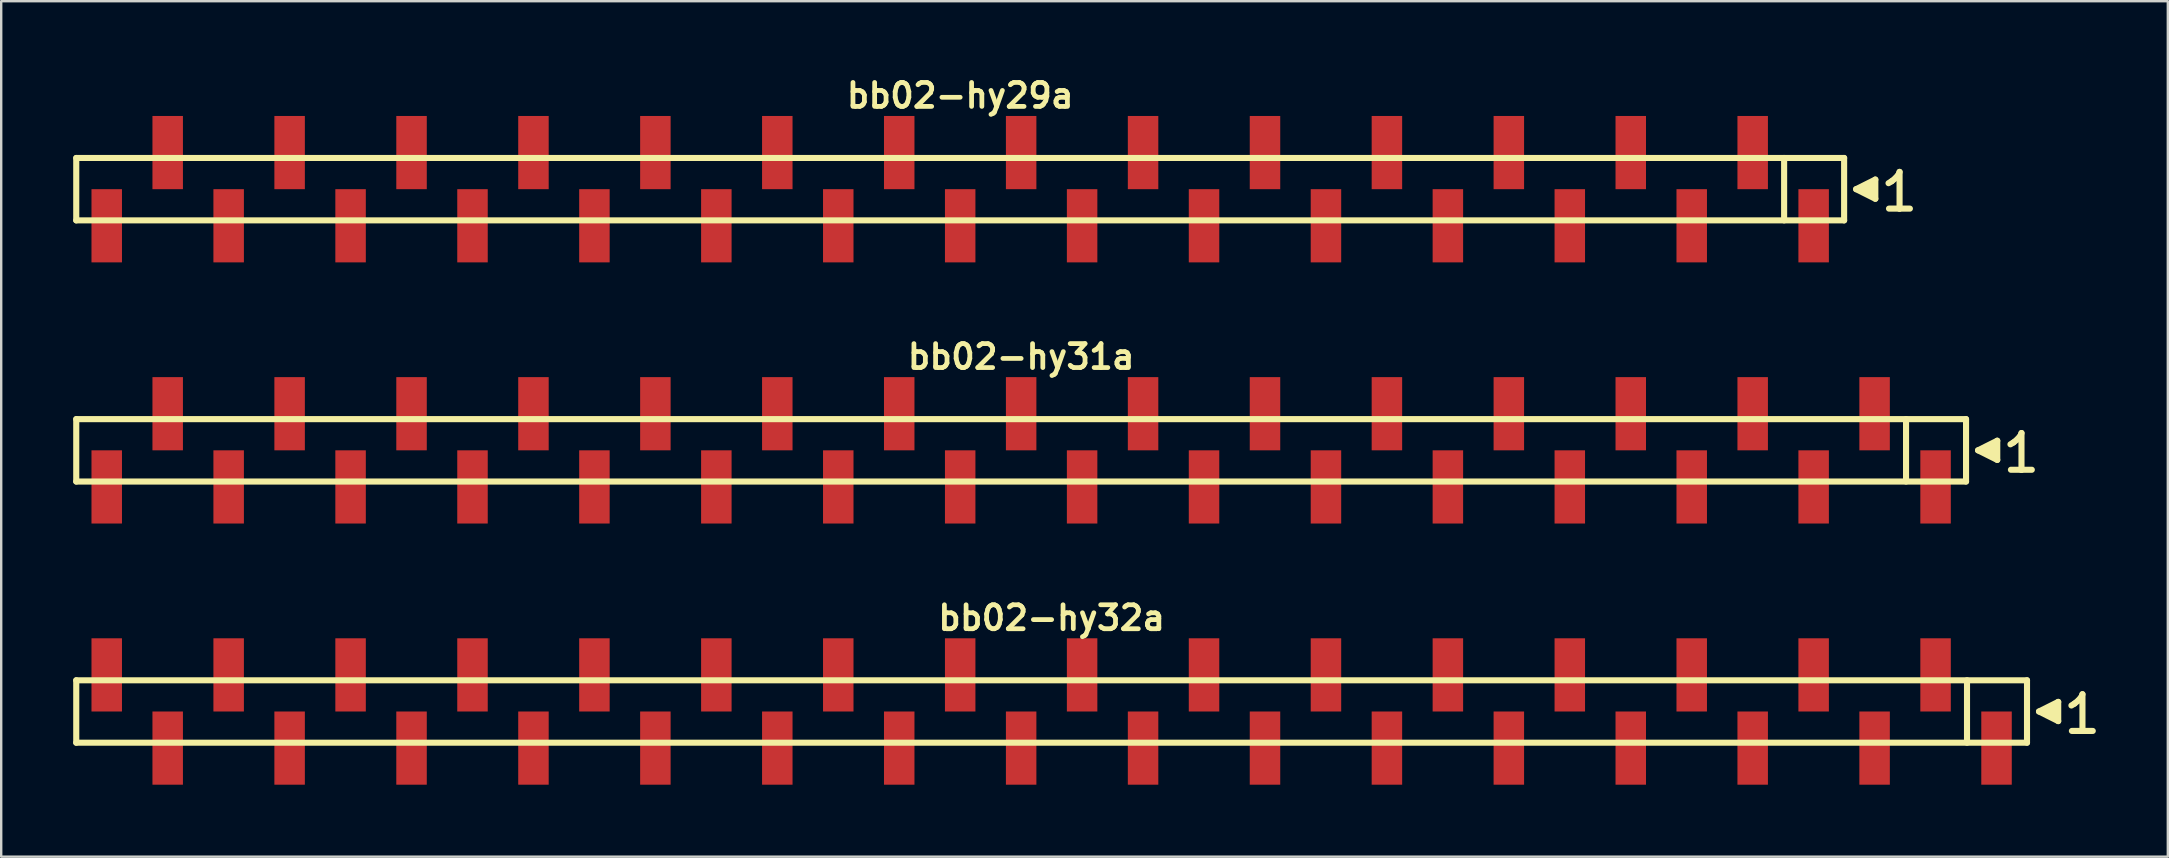
<source format=kicad_pcb>
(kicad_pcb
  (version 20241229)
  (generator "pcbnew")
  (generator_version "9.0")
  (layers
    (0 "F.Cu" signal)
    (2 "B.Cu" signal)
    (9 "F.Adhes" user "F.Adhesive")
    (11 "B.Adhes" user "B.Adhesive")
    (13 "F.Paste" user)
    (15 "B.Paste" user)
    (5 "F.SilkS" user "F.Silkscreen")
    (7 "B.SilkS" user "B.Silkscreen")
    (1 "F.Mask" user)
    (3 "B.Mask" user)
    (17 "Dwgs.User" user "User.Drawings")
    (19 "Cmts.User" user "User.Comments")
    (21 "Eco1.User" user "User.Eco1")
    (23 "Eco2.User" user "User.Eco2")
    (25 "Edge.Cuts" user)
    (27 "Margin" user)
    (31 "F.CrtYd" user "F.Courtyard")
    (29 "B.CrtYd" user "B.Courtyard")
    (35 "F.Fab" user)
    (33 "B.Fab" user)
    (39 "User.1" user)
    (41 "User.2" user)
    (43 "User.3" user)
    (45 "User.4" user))
  (footprint "bb02-hy32a"
    (layer "F.Cu")
    (at 40.767 26.595)
    (property "Reference" "bb02-hy32a" (at 0 -3.9 0) (layer "F.SilkS") (effects (font (size 0.998 0.998) (thickness 0.198))))
    (attr smd)
    (fp_line (start -40.64 -1.3) (end 40.64 -1.3) (stroke (width 0.254) (type solid)) (layer "F.SilkS"))
    (fp_line (start -40.64 1.3) (end -40.64 -1.3) (stroke (width 0.254) (type solid)) (layer "F.SilkS"))
    (fp_line (start 38.14 1.3) (end 38.14 -1.3) (stroke (width 0.254) (type solid)) (layer "F.SilkS"))
    (fp_line (start 40.64 -1.3) (end 40.64 1.3) (stroke (width 0.254) (type solid)) (layer "F.SilkS"))
    (fp_line (start 40.64 1.3) (end -40.64 1.3) (stroke (width 0.254) (type solid)) (layer "F.SilkS"))
    (fp_line (start 41.14 0) (end 41.94 0.4) (stroke (width 0.254) (type solid)) (layer "F.SilkS"))
    (fp_line (start 41.44 0.1) (end 41.44 -0.1) (stroke (width 0.254) (type solid)) (layer "F.SilkS"))
    (fp_line (start 41.54 -0.1) (end 41.54 0.1) (stroke (width 0.254) (type solid)) (layer "F.SilkS"))
    (fp_line (start 41.64 0.2) (end 41.64 -0.2) (stroke (width 0.254) (type solid)) (layer "F.SilkS"))
    (fp_line (start 41.74 -0.2) (end 41.74 0.2) (stroke (width 0.254) (type solid)) (layer "F.SilkS"))
    (fp_line (start 41.84 0.3) (end 41.84 -0.3) (stroke (width 0.254) (type solid)) (layer "F.SilkS"))
    (fp_line (start 41.94 -0.4) (end 41.14 0) (stroke (width 0.254) (type solid)) (layer "F.SilkS"))
    (fp_line (start 41.94 0.4) (end 41.94 -0.4) (stroke (width 0.254) (type solid)) (layer "F.SilkS"))
    (fp_line (start 42.49 -0.25) (end 42.62 -0.33) (stroke (width 0.254) (type solid)) (layer "F.SilkS"))
    (fp_line (start 42.62 -0.33) (end 42.78 -0.46) (stroke (width 0.254) (type solid)) (layer "F.SilkS"))
    (fp_line (start 42.78 -0.46) (end 42.92 -0.63) (stroke (width 0.254) (type solid)) (layer "F.SilkS"))
    (fp_line (start 42.92 -0.63) (end 42.95 -0.72) (stroke (width 0.254) (type solid)) (layer "F.SilkS"))
    (fp_line (start 42.95 -0.72) (end 42.95 0.81) (stroke (width 0.254) (type solid)) (layer "F.SilkS"))
    (fp_line (start 42.95 0.81) (end 42.51 0.81) (stroke (width 0.254) (type solid)) (layer "F.SilkS"))
    (fp_line (start 43.38 0.81) (end 42.94 0.81) (stroke (width 0.254) (type solid)) (layer "F.SilkS"))
    (pad "1" smd rect (at 39.37 1.525) (size 1.27 3.05) (layers "F.Cu" "F.Mask" "F.Paste"))
    (pad "2" smd rect (at 36.83 -1.525) (size 1.27 3.05) (layers "F.Cu" "F.Mask" "F.Paste"))
    (pad "3" smd rect (at 34.29 1.525) (size 1.27 3.05) (layers "F.Cu" "F.Mask" "F.Paste"))
    (pad "4" smd rect (at 31.75 -1.525) (size 1.27 3.05) (layers "F.Cu" "F.Mask" "F.Paste"))
    (pad "5" smd rect (at 29.21 1.525) (size 1.27 3.05) (layers "F.Cu" "F.Mask" "F.Paste"))
    (pad "6" smd rect (at 26.67 -1.525) (size 1.27 3.05) (layers "F.Cu" "F.Mask" "F.Paste"))
    (pad "7" smd rect (at 24.13 1.525) (size 1.27 3.05) (layers "F.Cu" "F.Mask" "F.Paste"))
    (pad "8" smd rect (at 21.59 -1.525) (size 1.27 3.05) (layers "F.Cu" "F.Mask" "F.Paste"))
    (pad "9" smd rect (at 19.05 1.525) (size 1.27 3.05) (layers "F.Cu" "F.Mask" "F.Paste"))
    (pad "10" smd rect (at 16.51 -1.525) (size 1.27 3.05) (layers "F.Cu" "F.Mask" "F.Paste"))
    (pad "11" smd rect (at 13.97 1.525) (size 1.27 3.05) (layers "F.Cu" "F.Mask" "F.Paste"))
    (pad "12" smd rect (at 11.43 -1.525) (size 1.27 3.05) (layers "F.Cu" "F.Mask" "F.Paste"))
    (pad "13" smd rect (at 8.89 1.525) (size 1.27 3.05) (layers "F.Cu" "F.Mask" "F.Paste"))
    (pad "14" smd rect (at 6.35 -1.525) (size 1.27 3.05) (layers "F.Cu" "F.Mask" "F.Paste"))
    (pad "15" smd rect (at 3.81 1.525) (size 1.27 3.05) (layers "F.Cu" "F.Mask" "F.Paste"))
    (pad "16" smd rect (at 1.27 -1.525) (size 1.27 3.05) (layers "F.Cu" "F.Mask" "F.Paste"))
    (pad "17" smd rect (at -1.27 1.525) (size 1.27 3.05) (layers "F.Cu" "F.Mask" "F.Paste"))
    (pad "18" smd rect (at -3.81 -1.525) (size 1.27 3.05) (layers "F.Cu" "F.Mask" "F.Paste"))
    (pad "19" smd rect (at -6.35 1.525) (size 1.27 3.05) (layers "F.Cu" "F.Mask" "F.Paste"))
    (pad "20" smd rect (at -8.89 -1.525) (size 1.27 3.05) (layers "F.Cu" "F.Mask" "F.Paste"))
    (pad "21" smd rect (at -11.43 1.525) (size 1.27 3.05) (layers "F.Cu" "F.Mask" "F.Paste"))
    (pad "22" smd rect (at -13.97 -1.525) (size 1.27 3.05) (layers "F.Cu" "F.Mask" "F.Paste"))
    (pad "23" smd rect (at -16.51 1.525) (size 1.27 3.05) (layers "F.Cu" "F.Mask" "F.Paste"))
    (pad "24" smd rect (at -19.05 -1.525) (size 1.27 3.05) (layers "F.Cu" "F.Mask" "F.Paste"))
    (pad "25" smd rect (at -21.59 1.525) (size 1.27 3.05) (layers "F.Cu" "F.Mask" "F.Paste"))
    (pad "26" smd rect (at -24.13 -1.525) (size 1.27 3.05) (layers "F.Cu" "F.Mask" "F.Paste"))
    (pad "27" smd rect (at -26.67 1.525) (size 1.27 3.05) (layers "F.Cu" "F.Mask" "F.Paste"))
    (pad "28" smd rect (at -29.21 -1.525) (size 1.27 3.05) (layers "F.Cu" "F.Mask" "F.Paste"))
    (pad "29" smd rect (at -31.75 1.525) (size 1.27 3.05) (layers "F.Cu" "F.Mask" "F.Paste"))
    (pad "30" smd rect (at -34.29 -1.525) (size 1.27 3.05) (layers "F.Cu" "F.Mask" "F.Paste"))
    (pad "31" smd rect (at -36.83 1.525) (size 1.27 3.05) (layers "F.Cu" "F.Mask" "F.Paste"))
    (pad "32" smd rect (at -39.37 -1.525) (size 1.27 3.05) (layers "F.Cu" "F.Mask" "F.Paste")))
  (footprint "bb02-hy29a"
    (layer "F.Cu")
    (at 36.957 4.832)
    (property "Reference" "bb02-hy29a" (at 0 -3.9 0) (layer "F.SilkS") (effects (font (size 0.998 0.998) (thickness 0.198))))
    (attr smd)
    (fp_line (start -36.83 -1.3) (end 36.83 -1.3) (stroke (width 0.254) (type solid)) (layer "F.SilkS"))
    (fp_line (start -36.83 1.3) (end -36.83 -1.3) (stroke (width 0.254) (type solid)) (layer "F.SilkS"))
    (fp_line (start 34.33 1.3) (end 34.33 -1.3) (stroke (width 0.254) (type solid)) (layer "F.SilkS"))
    (fp_line (start 36.83 -1.3) (end 36.83 1.3) (stroke (width 0.254) (type solid)) (layer "F.SilkS"))
    (fp_line (start 36.83 1.3) (end -36.83 1.3) (stroke (width 0.254) (type solid)) (layer "F.SilkS"))
    (fp_line (start 37.33 0) (end 38.13 0.4) (stroke (width 0.254) (type solid)) (layer "F.SilkS"))
    (fp_line (start 37.63 0.1) (end 37.63 -0.1) (stroke (width 0.254) (type solid)) (layer "F.SilkS"))
    (fp_line (start 37.73 -0.1) (end 37.73 0.1) (stroke (width 0.254) (type solid)) (layer "F.SilkS"))
    (fp_line (start 37.83 0.2) (end 37.83 -0.2) (stroke (width 0.254) (type solid)) (layer "F.SilkS"))
    (fp_line (start 37.93 -0.2) (end 37.93 0.2) (stroke (width 0.254) (type solid)) (layer "F.SilkS"))
    (fp_line (start 38.03 0.3) (end 38.03 -0.3) (stroke (width 0.254) (type solid)) (layer "F.SilkS"))
    (fp_line (start 38.13 -0.4) (end 37.33 0) (stroke (width 0.254) (type solid)) (layer "F.SilkS"))
    (fp_line (start 38.13 0.4) (end 38.13 -0.4) (stroke (width 0.254) (type solid)) (layer "F.SilkS"))
    (fp_line (start 38.68 -0.25) (end 38.81 -0.33) (stroke (width 0.254) (type solid)) (layer "F.SilkS"))
    (fp_line (start 38.81 -0.33) (end 38.97 -0.46) (stroke (width 0.254) (type solid)) (layer "F.SilkS"))
    (fp_line (start 38.97 -0.46) (end 39.11 -0.63) (stroke (width 0.254) (type solid)) (layer "F.SilkS"))
    (fp_line (start 39.11 -0.63) (end 39.14 -0.72) (stroke (width 0.254) (type solid)) (layer "F.SilkS"))
    (fp_line (start 39.14 -0.72) (end 39.14 0.81) (stroke (width 0.254) (type solid)) (layer "F.SilkS"))
    (fp_line (start 39.14 0.81) (end 38.7 0.81) (stroke (width 0.254) (type solid)) (layer "F.SilkS"))
    (fp_line (start 39.57 0.81) (end 39.13 0.81) (stroke (width 0.254) (type solid)) (layer "F.SilkS"))
    (pad "1" smd rect (at 35.56 1.525) (size 1.27 3.05) (layers "F.Cu" "F.Mask" "F.Paste"))
    (pad "2" smd rect (at 33.02 -1.525) (size 1.27 3.05) (layers "F.Cu" "F.Mask" "F.Paste"))
    (pad "3" smd rect (at 30.48 1.525) (size 1.27 3.05) (layers "F.Cu" "F.Mask" "F.Paste"))
    (pad "4" smd rect (at 27.94 -1.525) (size 1.27 3.05) (layers "F.Cu" "F.Mask" "F.Paste"))
    (pad "5" smd rect (at 25.4 1.525) (size 1.27 3.05) (layers "F.Cu" "F.Mask" "F.Paste"))
    (pad "6" smd rect (at 22.86 -1.525) (size 1.27 3.05) (layers "F.Cu" "F.Mask" "F.Paste"))
    (pad "7" smd rect (at 20.32 1.525) (size 1.27 3.05) (layers "F.Cu" "F.Mask" "F.Paste"))
    (pad "8" smd rect (at 17.78 -1.525) (size 1.27 3.05) (layers "F.Cu" "F.Mask" "F.Paste"))
    (pad "9" smd rect (at 15.24 1.525) (size 1.27 3.05) (layers "F.Cu" "F.Mask" "F.Paste"))
    (pad "10" smd rect (at 12.7 -1.525) (size 1.27 3.05) (layers "F.Cu" "F.Mask" "F.Paste"))
    (pad "11" smd rect (at 10.16 1.525) (size 1.27 3.05) (layers "F.Cu" "F.Mask" "F.Paste"))
    (pad "12" smd rect (at 7.62 -1.525) (size 1.27 3.05) (layers "F.Cu" "F.Mask" "F.Paste"))
    (pad "13" smd rect (at 5.08 1.525) (size 1.27 3.05) (layers "F.Cu" "F.Mask" "F.Paste"))
    (pad "14" smd rect (at 2.54 -1.525) (size 1.27 3.05) (layers "F.Cu" "F.Mask" "F.Paste"))
    (pad "15" smd rect (at 0 1.525) (size 1.27 3.05) (layers "F.Cu" "F.Mask" "F.Paste"))
    (pad "16" smd rect (at -2.54 -1.525) (size 1.27 3.05) (layers "F.Cu" "F.Mask" "F.Paste"))
    (pad "17" smd rect (at -5.08 1.525) (size 1.27 3.05) (layers "F.Cu" "F.Mask" "F.Paste"))
    (pad "18" smd rect (at -7.62 -1.525) (size 1.27 3.05) (layers "F.Cu" "F.Mask" "F.Paste"))
    (pad "19" smd rect (at -10.16 1.525) (size 1.27 3.05) (layers "F.Cu" "F.Mask" "F.Paste"))
    (pad "20" smd rect (at -12.7 -1.525) (size 1.27 3.05) (layers "F.Cu" "F.Mask" "F.Paste"))
    (pad "21" smd rect (at -15.24 1.525) (size 1.27 3.05) (layers "F.Cu" "F.Mask" "F.Paste"))
    (pad "22" smd rect (at -17.78 -1.525) (size 1.27 3.05) (layers "F.Cu" "F.Mask" "F.Paste"))
    (pad "23" smd rect (at -20.32 1.525) (size 1.27 3.05) (layers "F.Cu" "F.Mask" "F.Paste"))
    (pad "24" smd rect (at -22.86 -1.525) (size 1.27 3.05) (layers "F.Cu" "F.Mask" "F.Paste"))
    (pad "25" smd rect (at -25.4 1.525) (size 1.27 3.05) (layers "F.Cu" "F.Mask" "F.Paste"))
    (pad "26" smd rect (at -27.94 -1.525) (size 1.27 3.05) (layers "F.Cu" "F.Mask" "F.Paste"))
    (pad "27" smd rect (at -30.48 1.525) (size 1.27 3.05) (layers "F.Cu" "F.Mask" "F.Paste"))
    (pad "28" smd rect (at -33.02 -1.525) (size 1.27 3.05) (layers "F.Cu" "F.Mask" "F.Paste"))
    (pad "29" smd rect (at -35.56 1.525) (size 1.27 3.05) (layers "F.Cu" "F.Mask" "F.Paste")))
  (footprint "bb02-hy31a"
    (layer "F.Cu")
    (at 39.497 15.713)
    (property "Reference" "bb02-hy31a" (at 0 -3.9 0) (layer "F.SilkS") (effects (font (size 0.998 0.998) (thickness 0.198))))
    (attr smd)
    (fp_line (start -39.37 -1.3) (end 39.37 -1.3) (stroke (width 0.254) (type solid)) (layer "F.SilkS"))
    (fp_line (start -39.37 1.3) (end -39.37 -1.3) (stroke (width 0.254) (type solid)) (layer "F.SilkS"))
    (fp_line (start 36.87 1.3) (end 36.87 -1.3) (stroke (width 0.254) (type solid)) (layer "F.SilkS"))
    (fp_line (start 39.37 -1.3) (end 39.37 1.3) (stroke (width 0.254) (type solid)) (layer "F.SilkS"))
    (fp_line (start 39.37 1.3) (end -39.37 1.3) (stroke (width 0.254) (type solid)) (layer "F.SilkS"))
    (fp_line (start 39.87 0) (end 40.67 0.4) (stroke (width 0.254) (type solid)) (layer "F.SilkS"))
    (fp_line (start 40.17 0.1) (end 40.17 -0.1) (stroke (width 0.254) (type solid)) (layer "F.SilkS"))
    (fp_line (start 40.27 -0.1) (end 40.27 0.1) (stroke (width 0.254) (type solid)) (layer "F.SilkS"))
    (fp_line (start 40.37 0.2) (end 40.37 -0.2) (stroke (width 0.254) (type solid)) (layer "F.SilkS"))
    (fp_line (start 40.47 -0.2) (end 40.47 0.2) (stroke (width 0.254) (type solid)) (layer "F.SilkS"))
    (fp_line (start 40.57 0.3) (end 40.57 -0.3) (stroke (width 0.254) (type solid)) (layer "F.SilkS"))
    (fp_line (start 40.67 -0.4) (end 39.87 0) (stroke (width 0.254) (type solid)) (layer "F.SilkS"))
    (fp_line (start 40.67 0.4) (end 40.67 -0.4) (stroke (width 0.254) (type solid)) (layer "F.SilkS"))
    (fp_line (start 41.22 -0.25) (end 41.35 -0.33) (stroke (width 0.254) (type solid)) (layer "F.SilkS"))
    (fp_line (start 41.35 -0.33) (end 41.51 -0.46) (stroke (width 0.254) (type solid)) (layer "F.SilkS"))
    (fp_line (start 41.51 -0.46) (end 41.65 -0.63) (stroke (width 0.254) (type solid)) (layer "F.SilkS"))
    (fp_line (start 41.65 -0.63) (end 41.68 -0.72) (stroke (width 0.254) (type solid)) (layer "F.SilkS"))
    (fp_line (start 41.68 -0.72) (end 41.68 0.81) (stroke (width 0.254) (type solid)) (layer "F.SilkS"))
    (fp_line (start 41.68 0.81) (end 41.24 0.81) (stroke (width 0.254) (type solid)) (layer "F.SilkS"))
    (fp_line (start 42.11 0.81) (end 41.67 0.81) (stroke (width 0.254) (type solid)) (layer "F.SilkS"))
    (pad "1" smd rect (at 38.1 1.525) (size 1.27 3.05) (layers "F.Cu" "F.Mask" "F.Paste"))
    (pad "2" smd rect (at 35.56 -1.525) (size 1.27 3.05) (layers "F.Cu" "F.Mask" "F.Paste"))
    (pad "3" smd rect (at 33.02 1.525) (size 1.27 3.05) (layers "F.Cu" "F.Mask" "F.Paste"))
    (pad "4" smd rect (at 30.48 -1.525) (size 1.27 3.05) (layers "F.Cu" "F.Mask" "F.Paste"))
    (pad "5" smd rect (at 27.94 1.525) (size 1.27 3.05) (layers "F.Cu" "F.Mask" "F.Paste"))
    (pad "6" smd rect (at 25.4 -1.525) (size 1.27 3.05) (layers "F.Cu" "F.Mask" "F.Paste"))
    (pad "7" smd rect (at 22.86 1.525) (size 1.27 3.05) (layers "F.Cu" "F.Mask" "F.Paste"))
    (pad "8" smd rect (at 20.32 -1.525) (size 1.27 3.05) (layers "F.Cu" "F.Mask" "F.Paste"))
    (pad "9" smd rect (at 17.78 1.525) (size 1.27 3.05) (layers "F.Cu" "F.Mask" "F.Paste"))
    (pad "10" smd rect (at 15.24 -1.525) (size 1.27 3.05) (layers "F.Cu" "F.Mask" "F.Paste"))
    (pad "11" smd rect (at 12.7 1.525) (size 1.27 3.05) (layers "F.Cu" "F.Mask" "F.Paste"))
    (pad "12" smd rect (at 10.16 -1.525) (size 1.27 3.05) (layers "F.Cu" "F.Mask" "F.Paste"))
    (pad "13" smd rect (at 7.62 1.525) (size 1.27 3.05) (layers "F.Cu" "F.Mask" "F.Paste"))
    (pad "14" smd rect (at 5.08 -1.525) (size 1.27 3.05) (layers "F.Cu" "F.Mask" "F.Paste"))
    (pad "15" smd rect (at 2.54 1.525) (size 1.27 3.05) (layers "F.Cu" "F.Mask" "F.Paste"))
    (pad "16" smd rect (at 0 -1.525) (size 1.27 3.05) (layers "F.Cu" "F.Mask" "F.Paste"))
    (pad "17" smd rect (at -2.54 1.525) (size 1.27 3.05) (layers "F.Cu" "F.Mask" "F.Paste"))
    (pad "18" smd rect (at -5.08 -1.525) (size 1.27 3.05) (layers "F.Cu" "F.Mask" "F.Paste"))
    (pad "19" smd rect (at -7.62 1.525) (size 1.27 3.05) (layers "F.Cu" "F.Mask" "F.Paste"))
    (pad "20" smd rect (at -10.16 -1.525) (size 1.27 3.05) (layers "F.Cu" "F.Mask" "F.Paste"))
    (pad "21" smd rect (at -12.7 1.525) (size 1.27 3.05) (layers "F.Cu" "F.Mask" "F.Paste"))
    (pad "22" smd rect (at -15.24 -1.525) (size 1.27 3.05) (layers "F.Cu" "F.Mask" "F.Paste"))
    (pad "23" smd rect (at -17.78 1.525) (size 1.27 3.05) (layers "F.Cu" "F.Mask" "F.Paste"))
    (pad "24" smd rect (at -20.32 -1.525) (size 1.27 3.05) (layers "F.Cu" "F.Mask" "F.Paste"))
    (pad "25" smd rect (at -22.86 1.525) (size 1.27 3.05) (layers "F.Cu" "F.Mask" "F.Paste"))
    (pad "26" smd rect (at -25.4 -1.525) (size 1.27 3.05) (layers "F.Cu" "F.Mask" "F.Paste"))
    (pad "27" smd rect (at -27.94 1.525) (size 1.27 3.05) (layers "F.Cu" "F.Mask" "F.Paste"))
    (pad "28" smd rect (at -30.48 -1.525) (size 1.27 3.05) (layers "F.Cu" "F.Mask" "F.Paste"))
    (pad "29" smd rect (at -33.02 1.525) (size 1.27 3.05) (layers "F.Cu" "F.Mask" "F.Paste"))
    (pad "30" smd rect (at -35.56 -1.525) (size 1.27 3.05) (layers "F.Cu" "F.Mask" "F.Paste"))
    (pad "31" smd rect (at -38.1 1.525) (size 1.27 3.05) (layers "F.Cu" "F.Mask" "F.Paste")))
  (gr_rect
    (start -3 -3)
    (end 87.274 32.645)
    (stroke (width 0.1) (type default))
    (fill no)
    (layer "Edge.Cuts")))
</source>
